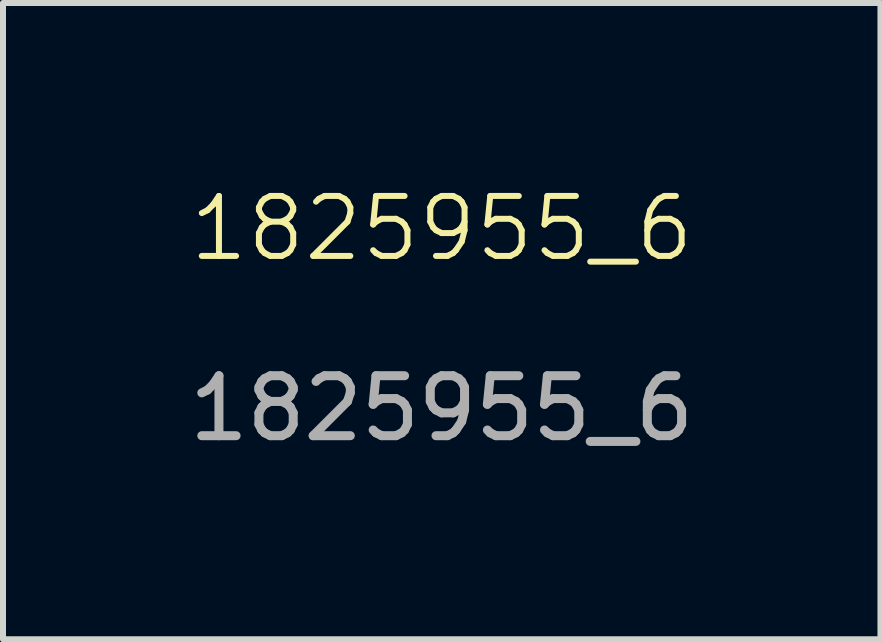
<source format=kicad_pcb>
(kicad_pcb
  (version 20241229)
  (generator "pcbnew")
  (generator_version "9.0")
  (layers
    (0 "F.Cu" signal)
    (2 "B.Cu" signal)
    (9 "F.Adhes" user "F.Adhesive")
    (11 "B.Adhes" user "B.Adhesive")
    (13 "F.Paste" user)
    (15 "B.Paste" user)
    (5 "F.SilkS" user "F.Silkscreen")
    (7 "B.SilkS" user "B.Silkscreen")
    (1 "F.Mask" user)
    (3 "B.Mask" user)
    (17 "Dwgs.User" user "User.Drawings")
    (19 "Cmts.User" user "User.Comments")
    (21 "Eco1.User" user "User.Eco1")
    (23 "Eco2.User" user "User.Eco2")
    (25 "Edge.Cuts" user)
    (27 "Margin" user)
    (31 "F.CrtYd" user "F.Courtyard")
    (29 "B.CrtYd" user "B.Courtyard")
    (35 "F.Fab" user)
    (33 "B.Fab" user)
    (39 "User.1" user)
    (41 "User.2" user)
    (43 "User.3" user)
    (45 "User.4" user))
  (footprint "1825955_6"
    (layer "F.Cu")
    (at 4.315 1.26)
    (property "Reference" "1825955_6" (at 0 -0.5 0) (unlocked yes) (layer "F.SilkS") (effects (font (size 1 1) (thickness 0.1))))
    (attr through_hole)
    (fp_text user "${REFERENCE}" (at 0 2.5 0) (unlocked yes) (layer "F.Fab") (effects (font (size 1 1) (thickness 0.15)))))
  (gr_rect
    (start -3 -3)
    (end 11.631 7.609)
    (stroke (width 0.1) (type default))
    (fill no)
    (layer "Edge.Cuts")))
</source>
